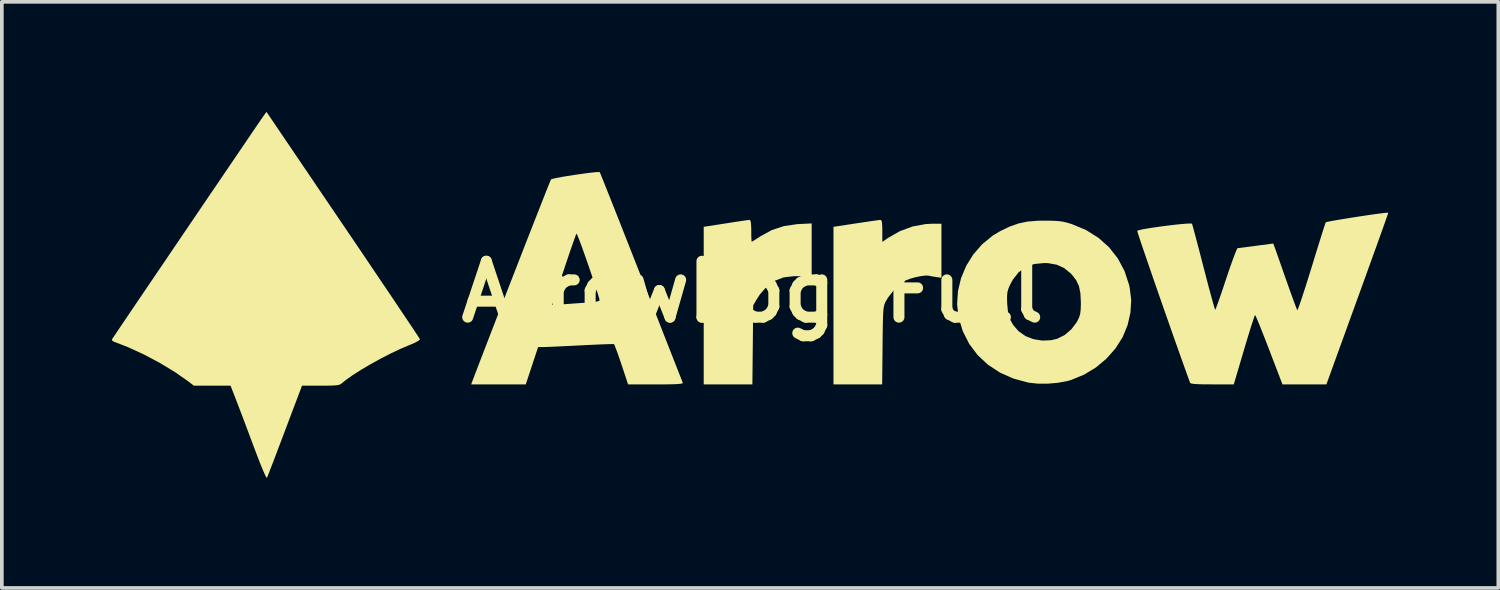
<source format=kicad_pcb>
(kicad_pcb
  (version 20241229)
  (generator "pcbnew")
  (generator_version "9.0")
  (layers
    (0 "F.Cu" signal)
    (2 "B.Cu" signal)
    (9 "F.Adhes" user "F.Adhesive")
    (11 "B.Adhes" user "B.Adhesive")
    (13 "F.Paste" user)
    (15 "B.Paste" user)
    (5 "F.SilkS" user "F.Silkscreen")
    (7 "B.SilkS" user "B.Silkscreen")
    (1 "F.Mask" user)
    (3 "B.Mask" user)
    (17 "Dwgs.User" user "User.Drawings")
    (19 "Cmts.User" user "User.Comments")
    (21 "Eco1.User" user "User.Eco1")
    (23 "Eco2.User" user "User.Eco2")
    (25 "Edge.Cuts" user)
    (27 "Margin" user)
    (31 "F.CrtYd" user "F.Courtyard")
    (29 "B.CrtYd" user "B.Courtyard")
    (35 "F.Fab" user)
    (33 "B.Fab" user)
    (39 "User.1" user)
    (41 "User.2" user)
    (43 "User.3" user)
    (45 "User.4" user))
  (footprint "ArrowLogoFull"
    (layer "F.Cu")
    (at 17.466 4.907)
    (property "Reference" "ArrowLogoFull" (at 0 0 0) (layer "F.SilkS") (effects (font (size 1.524 1.524) (thickness 0.3))))
    (attr board_only exclude_from_pos_files exclude_from_bom)
    (fp_poly (pts (xy -0.056 -1.939) (xy -0.042 -1.864) (xy -0.035 -1.73) (xy -0.035 -1.664) (xy -0.034 -1.53) (xy -0.03 -1.427) (xy -0.024 -1.371) (xy -0.022 -1.366) (xy 0.012 -1.384) (xy 0.088 -1.432) (xy 0.191 -1.499) (xy 0.208 -1.511) (xy 0.518 -1.681) (xy 0.85 -1.792) (xy 1.215 -1.846) (xy 1.27 -1.849) (xy 1.612 -1.866) (xy 1.612 -0.38) (xy 1.498 -0.405) (xy 1.405 -0.417) (xy 1.271 -0.426) (xy 1.125 -0.428) (xy 1.125 -0.428) (xy 0.849 -0.395) (xy 0.604 -0.302) (xy 0.388 -0.147) (xy 0.199 0.072) (xy 0.116 0.2) (xy 0.018 0.368) (xy 0.007 1.445) (xy -0.004 2.522) (xy -1.331 2.522) (xy -1.331 -1.773) (xy -0.727 -1.867) (xy -0.527 -1.898) (xy -0.35 -1.925) (xy -0.208 -1.946) (xy -0.113 -1.959) (xy -0.079 -1.962)) (stroke (width 0) (type solid)) (fill yes) (layer "F.SilkS"))
    (fp_poly (pts (xy 3.518 -1.939) (xy 3.532 -1.864) (xy 3.538 -1.729) (xy 3.538 -1.662) (xy 3.538 -1.363) (xy 3.697 -1.472) (xy 4.021 -1.657) (xy 4.369 -1.784) (xy 4.725 -1.849) (xy 4.895 -1.857) (xy 5.15 -1.857) (xy 5.15 -0.385) (xy 5.001 -0.405) (xy 4.897 -0.422) (xy 4.819 -0.437) (xy 4.805 -0.441) (xy 4.724 -0.446) (xy 4.599 -0.431) (xy 4.454 -0.402) (xy 4.31 -0.363) (xy 4.191 -0.319) (xy 4.15 -0.298) (xy 3.993 -0.183) (xy 3.836 -0.026) (xy 3.699 0.149) (xy 3.637 0.251) (xy 3.614 0.296) (xy 3.596 0.342) (xy 3.582 0.396) (xy 3.571 0.468) (xy 3.563 0.566) (xy 3.557 0.698) (xy 3.553 0.872) (xy 3.549 1.098) (xy 3.546 1.383) (xy 3.545 1.463) (xy 3.534 2.522) (xy 2.207 2.522) (xy 2.207 -1.773) (xy 2.829 -1.868) (xy 3.032 -1.898) (xy 3.212 -1.925) (xy 3.357 -1.945) (xy 3.456 -1.959) (xy 3.495 -1.962)) (stroke (width 0) (type solid)) (fill yes) (layer "F.SilkS"))
    (fp_poly (pts (xy 8.174 -1.939) (xy 8.328 -1.931) (xy 8.453 -1.915) (xy 8.571 -1.888) (xy 8.701 -1.849) (xy 8.706 -1.847) (xy 9.091 -1.686) (xy 9.43 -1.474) (xy 9.72 -1.216) (xy 9.958 -0.913) (xy 10.141 -0.57) (xy 10.266 -0.19) (xy 10.284 -0.106) (xy 10.324 0.229) (xy 10.303 0.564) (xy 10.225 0.907) (xy 10.09 1.235) (xy 9.895 1.542) (xy 9.649 1.821) (xy 9.36 2.062) (xy 9.038 2.257) (xy 8.692 2.399) (xy 8.571 2.434) (xy 8.323 2.479) (xy 8.047 2.503) (xy 7.774 2.502) (xy 7.533 2.476) (xy 7.515 2.473) (xy 7.108 2.362) (xy 6.74 2.198) (xy 6.415 1.983) (xy 6.136 1.723) (xy 5.908 1.419) (xy 5.734 1.077) (xy 5.619 0.7) (xy 5.619 0.697) (xy 5.577 0.338) (xy 5.592 0.112) (xy 6.939 0.112) (xy 6.94 0.252) (xy 6.943 0.329) (xy 6.966 0.561) (xy 7.017 0.746) (xy 7.107 0.905) (xy 7.242 1.06) (xy 7.261 1.078) (xy 7.44 1.205) (xy 7.659 1.29) (xy 7.899 1.328) (xy 8.142 1.318) (xy 8.31 1.277) (xy 8.51 1.176) (xy 8.691 1.022) (xy 8.835 0.831) (xy 8.856 0.793) (xy 8.902 0.698) (xy 8.93 0.61) (xy 8.945 0.507) (xy 8.951 0.367) (xy 8.951 0.28) (xy 8.939 0.039) (xy 8.9 -0.153) (xy 8.826 -0.314) (xy 8.712 -0.463) (xy 8.67 -0.507) (xy 8.49 -0.652) (xy 8.29 -0.742) (xy 8.055 -0.783) (xy 7.953 -0.786) (xy 7.681 -0.76) (xy 7.449 -0.676) (xy 7.254 -0.534) (xy 7.095 -0.331) (xy 7.015 -0.181) (xy 6.973 -0.081) (xy 6.949 0.009) (xy 6.939 0.112) (xy 5.592 0.112) (xy 5.601 -0.022) (xy 5.685 -0.375) (xy 5.826 -0.711) (xy 6.019 -1.021) (xy 6.26 -1.298) (xy 6.546 -1.532) (xy 6.756 -1.658) (xy 7.013 -1.781) (xy 7.252 -1.865) (xy 7.496 -1.916) (xy 7.768 -1.939) (xy 7.97 -1.942)) (stroke (width 0) (type solid)) (fill yes) (layer "F.SilkS"))
    (fp_poly (pts (xy -11.165 -1.829) (xy -10.881 -1.411) (xy -10.609 -1.009) (xy -10.351 -0.626) (xy -10.109 -0.267) (xy -9.885 0.064) (xy -9.684 0.364) (xy -9.506 0.629) (xy -9.354 0.855) (xy -9.232 1.038) (xy -9.142 1.174) (xy -9.086 1.26) (xy -9.067 1.292) (xy -9.093 1.324) (xy -9.175 1.372) (xy -9.301 1.429) (xy -9.364 1.455) (xy -9.605 1.556) (xy -9.869 1.682) (xy -10.143 1.823) (xy -10.415 1.973) (xy -10.671 2.124) (xy -10.899 2.269) (xy -11.085 2.401) (xy -11.196 2.491) (xy -11.232 2.518) (xy -11.281 2.536) (xy -11.354 2.548) (xy -11.465 2.554) (xy -11.625 2.557) (xy -11.775 2.558) (xy -12.282 2.558) (xy -12.325 2.671) (xy -12.348 2.731) (xy -12.392 2.847) (xy -12.454 3.012) (xy -12.532 3.216) (xy -12.621 3.453) (xy -12.718 3.711) (xy -12.792 3.906) (xy -12.893 4.172) (xy -12.986 4.419) (xy -13.069 4.637) (xy -13.14 4.819) (xy -13.193 4.958) (xy -13.228 5.045) (xy -13.239 5.072) (xy -13.258 5.053) (xy -13.297 4.976) (xy -13.353 4.848) (xy -13.423 4.677) (xy -13.503 4.47) (xy -13.574 4.283) (xy -13.671 4.024) (xy -13.771 3.758) (xy -13.868 3.5) (xy -13.956 3.268) (xy -14.029 3.077) (xy -14.057 3.004) (xy -14.23 2.558) (xy -15.23 2.558) (xy -15.385 2.439) (xy -15.75 2.184) (xy -16.162 1.935) (xy -16.6 1.703) (xy -17.043 1.5) (xy -17.423 1.354) (xy -17.466 1.318) (xy -17.458 1.286) (xy -17.433 1.248) (xy -17.371 1.157) (xy -17.277 1.017) (xy -17.153 0.833) (xy -17.003 0.611) (xy -16.829 0.354) (xy -16.635 0.067) (xy -16.424 -0.244) (xy -16.199 -0.576) (xy -15.963 -0.923) (xy -15.721 -1.281) (xy -15.474 -1.645) (xy -15.226 -2.01) (xy -14.981 -2.372) (xy -14.741 -2.725) (xy -14.509 -3.066) (xy -14.29 -3.389) (xy -14.085 -3.69) (xy -13.899 -3.964) (xy -13.735 -4.206) (xy -13.595 -4.412) (xy -13.483 -4.576) (xy -13.402 -4.694) (xy -13.355 -4.762) (xy -13.347 -4.775) (xy -13.251 -4.907)) (stroke (width 0) (type solid)) (fill yes) (layer "F.SilkS"))
    (fp_poly (pts (xy -4.166 -3.264) (xy -4.15 -3.229) (xy -4.111 -3.133) (xy -4.05 -2.981) (xy -3.969 -2.778) (xy -3.87 -2.529) (xy -3.755 -2.239) (xy -3.625 -1.911) (xy -3.484 -1.552) (xy -3.331 -1.165) (xy -3.17 -0.755) (xy -3.032 -0.403) (xy -2.865 0.022) (xy -2.706 0.429) (xy -2.555 0.813) (xy -2.416 1.169) (xy -2.289 1.492) (xy -2.177 1.778) (xy -2.081 2.022) (xy -2.004 2.218) (xy -1.947 2.363) (xy -1.912 2.452) (xy -1.902 2.479) (xy -1.91 2.494) (xy -1.955 2.505) (xy -2.041 2.513) (xy -2.177 2.519) (xy -2.368 2.522) (xy -2.622 2.522) (xy -2.638 2.522) (xy -3.393 2.522) (xy -3.573 1.98) (xy -3.635 1.797) (xy -3.691 1.639) (xy -3.737 1.517) (xy -3.767 1.442) (xy -3.778 1.425) (xy -3.818 1.423) (xy -3.918 1.425) (xy -4.069 1.43) (xy -4.26 1.438) (xy -4.482 1.448) (xy -4.66 1.457) (xy -4.908 1.47) (xy -5.142 1.481) (xy -5.35 1.491) (xy -5.519 1.498) (xy -5.638 1.503) (xy -5.682 1.504) (xy -5.846 1.506) (xy -6.182 2.522) (xy -7.671 2.522) (xy -7.635 2.426) (xy -7.573 2.262) (xy -7.492 2.052) (xy -7.396 1.801) (xy -7.286 1.516) (xy -7.165 1.201) (xy -7.034 0.864) (xy -6.897 0.509) (xy -6.839 0.359) (xy -5.463 0.359) (xy -5.158 0.338) (xy -4.974 0.325) (xy -4.761 0.31) (xy -4.556 0.296) (xy -4.511 0.293) (xy -4.342 0.278) (xy -4.226 0.26) (xy -4.172 0.238) (xy -4.169 0.232) (xy -4.18 0.18) (xy -4.21 0.076) (xy -4.255 -0.069) (xy -4.313 -0.246) (xy -4.38 -0.445) (xy -4.451 -0.654) (xy -4.524 -0.865) (xy -4.596 -1.067) (xy -4.661 -1.249) (xy -4.718 -1.402) (xy -4.763 -1.515) (xy -4.791 -1.579) (xy -4.799 -1.588) (xy -4.817 -1.549) (xy -4.853 -1.451) (xy -4.905 -1.304) (xy -4.97 -1.117) (xy -5.045 -0.897) (xy -5.126 -0.654) (xy -5.144 -0.6) (xy -5.463 0.359) (xy -6.839 0.359) (xy -6.754 0.142) (xy -6.609 -0.23) (xy -6.464 -0.603) (xy -6.321 -0.97) (xy -6.183 -1.325) (xy -6.05 -1.663) (xy -5.927 -1.978) (xy -5.814 -2.264) (xy -5.715 -2.516) (xy -5.632 -2.727) (xy -5.566 -2.892) (xy -5.52 -3.005) (xy -5.497 -3.061) (xy -5.494 -3.066) (xy -5.451 -3.082) (xy -5.352 -3.104) (xy -5.212 -3.131) (xy -5.043 -3.159) (xy -4.859 -3.188) (xy -4.672 -3.215) (xy -4.497 -3.239) (xy -4.347 -3.256) (xy -4.234 -3.266) (xy -4.173 -3.267)) (stroke (width 0) (type solid)) (fill yes) (layer "F.SilkS"))
    (fp_poly (pts (xy 17.332 -2.158) (xy 17.322 -2.125) (xy 17.289 -2.031) (xy 17.237 -1.882) (xy 17.166 -1.682) (xy 17.079 -1.438) (xy 16.977 -1.155) (xy 16.862 -0.837) (xy 16.737 -0.49) (xy 16.603 -0.119) (xy 16.492 0.186) (xy 15.645 2.522) (xy 14.447 2.522) (xy 14.085 1.577) (xy 13.992 1.335) (xy 13.906 1.116) (xy 13.831 0.929) (xy 13.77 0.78) (xy 13.726 0.679) (xy 13.703 0.633) (xy 13.701 0.631) (xy 13.686 0.663) (xy 13.654 0.754) (xy 13.608 0.895) (xy 13.55 1.078) (xy 13.484 1.295) (xy 13.412 1.536) (xy 13.4 1.576) (xy 13.12 2.522) (xy 12.532 2.522) (xy 12.3 2.521) (xy 12.131 2.516) (xy 12.017 2.508) (xy 11.952 2.495) (xy 11.929 2.479) (xy 11.844 2.245) (xy 11.748 1.978) (xy 11.643 1.683) (xy 11.531 1.368) (xy 11.415 1.038) (xy 11.297 0.701) (xy 11.178 0.363) (xy 11.062 0.03) (xy 10.95 -0.292) (xy 10.846 -0.595) (xy 10.75 -0.873) (xy 10.666 -1.119) (xy 10.595 -1.327) (xy 10.541 -1.491) (xy 10.504 -1.604) (xy 10.488 -1.66) (xy 10.488 -1.664) (xy 10.526 -1.68) (xy 10.62 -1.702) (xy 10.76 -1.727) (xy 10.931 -1.754) (xy 11.122 -1.781) (xy 11.32 -1.807) (xy 11.512 -1.83) (xy 11.687 -1.848) (xy 11.831 -1.86) (xy 11.933 -1.864) (xy 11.979 -1.859) (xy 11.98 -1.858) (xy 11.993 -1.818) (xy 12.021 -1.718) (xy 12.062 -1.566) (xy 12.114 -1.37) (xy 12.175 -1.139) (xy 12.242 -0.88) (xy 12.297 -0.668) (xy 12.368 -0.395) (xy 12.433 -0.145) (xy 12.492 0.074) (xy 12.542 0.255) (xy 12.58 0.39) (xy 12.605 0.47) (xy 12.613 0.49) (xy 12.629 0.459) (xy 12.663 0.369) (xy 12.713 0.231) (xy 12.775 0.052) (xy 12.846 -0.157) (xy 12.91 -0.35) (xy 12.987 -0.579) (xy 13.059 -0.785) (xy 13.122 -0.957) (xy 13.173 -1.089) (xy 13.209 -1.17) (xy 13.225 -1.192) (xy 13.271 -1.197) (xy 13.373 -1.209) (xy 13.516 -1.228) (xy 13.687 -1.25) (xy 13.728 -1.256) (xy 14.196 -1.318) (xy 14.227 -1.236) (xy 14.247 -1.181) (xy 14.287 -1.07) (xy 14.342 -0.913) (xy 14.41 -0.72) (xy 14.486 -0.502) (xy 14.543 -0.34) (xy 14.623 -0.114) (xy 14.696 0.09) (xy 14.759 0.262) (xy 14.808 0.394) (xy 14.84 0.476) (xy 14.852 0.499) (xy 14.867 0.473) (xy 14.9 0.387) (xy 14.948 0.249) (xy 15.009 0.065) (xy 15.081 -0.156) (xy 15.16 -0.408) (xy 15.241 -0.668) (xy 15.326 -0.945) (xy 15.405 -1.201) (xy 15.476 -1.429) (xy 15.536 -1.62) (xy 15.583 -1.767) (xy 15.615 -1.861) (xy 15.628 -1.896) (xy 15.665 -1.907) (xy 15.76 -1.927) (xy 15.901 -1.952) (xy 16.077 -1.982) (xy 16.275 -2.014) (xy 16.485 -2.047) (xy 16.695 -2.079) (xy 16.893 -2.108) (xy 17.067 -2.132) (xy 17.206 -2.149) (xy 17.298 -2.158)) (stroke (width 0) (type solid)) (fill yes) (layer "F.SilkS")))
  (gr_rect
    (start -3 -3)
    (end 37.798 12.979)
    (stroke (width 0.1) (type default))
    (fill no)
    (layer "Edge.Cuts")))
</source>
